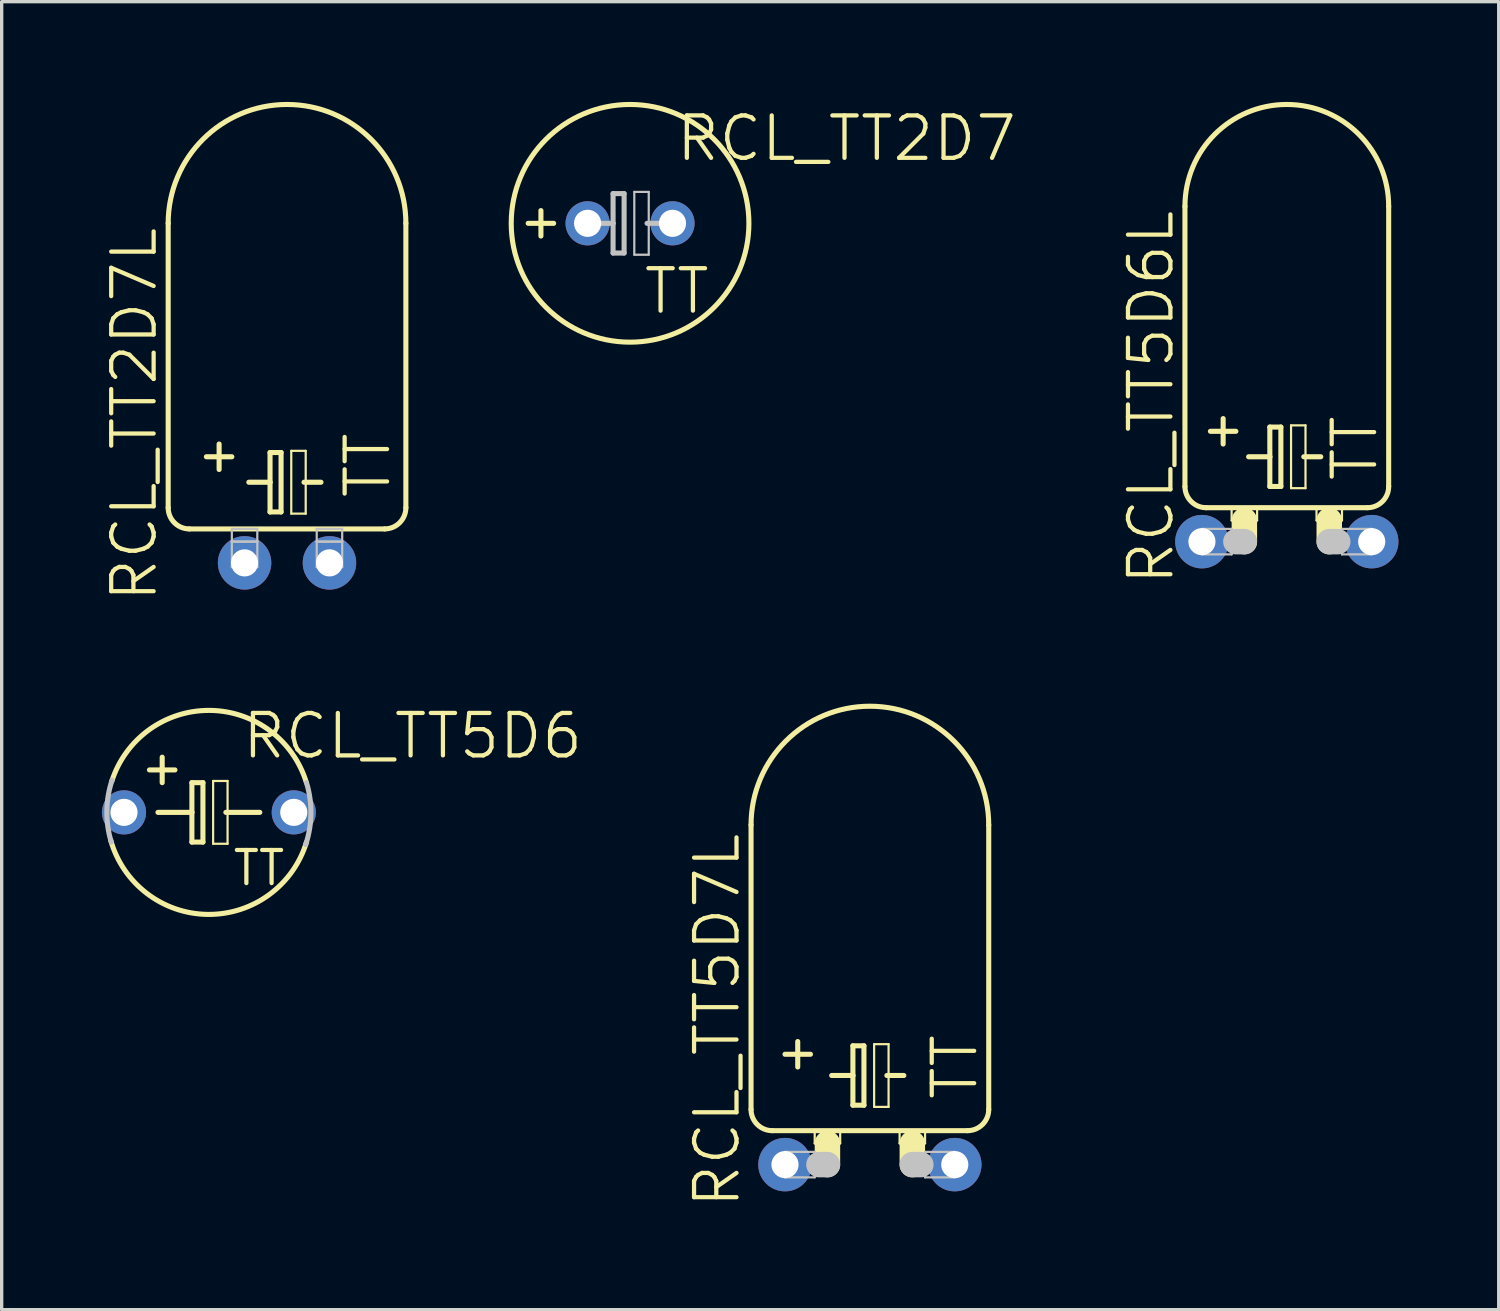
<source format=kicad_pcb>
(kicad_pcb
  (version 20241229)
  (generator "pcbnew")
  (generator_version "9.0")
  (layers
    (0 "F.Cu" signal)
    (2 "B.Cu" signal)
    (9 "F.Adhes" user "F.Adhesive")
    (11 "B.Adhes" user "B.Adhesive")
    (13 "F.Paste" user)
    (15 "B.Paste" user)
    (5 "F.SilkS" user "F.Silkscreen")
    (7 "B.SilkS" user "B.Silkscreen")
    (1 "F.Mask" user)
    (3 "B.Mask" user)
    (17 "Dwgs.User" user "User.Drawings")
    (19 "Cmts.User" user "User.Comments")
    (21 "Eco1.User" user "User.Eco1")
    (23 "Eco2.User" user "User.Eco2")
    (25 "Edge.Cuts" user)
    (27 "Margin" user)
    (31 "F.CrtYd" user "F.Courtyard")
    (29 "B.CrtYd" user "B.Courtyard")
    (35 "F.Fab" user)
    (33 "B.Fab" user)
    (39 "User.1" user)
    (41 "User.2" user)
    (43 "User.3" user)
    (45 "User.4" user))
  (footprint "RCL_TT2D7L"
    (layer "F.Cu")
    (at 5.538 13.792)
    (property "Reference" "RCL_TT2D7L" (at -4.572 -4.445 90) (layer "F.SilkS") (effects (font (size 1.27 1.27) (thickness 0.127))))
    (attr exclude_from_pos_files exclude_from_bom)
    (fp_line (start -3.556 -10.16) (end -3.556 -1.651) (stroke (width 0.152) (type solid)) (layer "F.SilkS"))
    (fp_line (start -2.921 -1.016) (end 2.921 -1.016) (stroke (width 0.152) (type solid)) (layer "F.SilkS"))
    (fp_line (start -2.413 -3.175) (end -1.651 -3.175) (stroke (width 0.152) (type solid)) (layer "F.SilkS"))
    (fp_line (start -2.032 -2.794) (end -2.032 -3.556) (stroke (width 0.152) (type solid)) (layer "F.SilkS"))
    (fp_line (start -1.143 -2.413) (end -0.508 -2.413) (stroke (width 0.152) (type solid)) (layer "F.SilkS"))
    (fp_line (start -0.508 -3.302) (end -0.508 -2.413) (stroke (width 0.152) (type solid)) (layer "F.SilkS"))
    (fp_line (start -0.508 -2.413) (end -0.508 -1.524) (stroke (width 0.152) (type solid)) (layer "F.SilkS"))
    (fp_line (start -0.508 -1.524) (end -0.178 -1.524) (stroke (width 0.152) (type solid)) (layer "F.SilkS"))
    (fp_line (start -0.178 -3.302) (end -0.508 -3.302) (stroke (width 0.152) (type solid)) (layer "F.SilkS"))
    (fp_line (start -0.178 -1.524) (end -0.178 -3.302) (stroke (width 0.152) (type solid)) (layer "F.SilkS"))
    (fp_line (start 0.127 -3.353) (end 0.559 -3.353) (stroke (width 0.066) (type solid)) (layer "F.SilkS"))
    (fp_line (start 0.127 -1.473) (end 0.127 -3.353) (stroke (width 0.066) (type solid)) (layer "F.SilkS"))
    (fp_line (start 0.127 -1.473) (end 0.559 -1.473) (stroke (width 0.066) (type solid)) (layer "F.SilkS"))
    (fp_line (start 0.508 -2.413) (end 1.016 -2.413) (stroke (width 0.152) (type solid)) (layer "F.SilkS"))
    (fp_line (start 0.559 -1.473) (end 0.559 -3.353) (stroke (width 0.066) (type solid)) (layer "F.SilkS"))
    (fp_line (start 3.556 -10.16) (end 3.556 -1.651) (stroke (width 0.152) (type solid)) (layer "F.SilkS"))
    (fp_arc (start -3.556 -10.16) (mid 0 -13.716) (end 3.556 -10.16) (stroke (width 0.1524) (type solid)) (layer "F.SilkS"))
    (fp_arc (start -2.921 -1.016) (mid -3.370013 -1.201987) (end -3.556 -1.651) (stroke (width 0.1524) (type solid)) (layer "F.SilkS"))
    (fp_arc (start 3.556 -1.651) (mid 3.370013 -1.201987) (end 2.921 -1.016) (stroke (width 0.1524) (type solid)) (layer "F.SilkS"))
    (fp_line (start -1.651 -1.016) (end -0.889 -1.016) (stroke (width 0.066) (type solid)) (layer "Dwgs.User"))
    (fp_line (start -1.651 -0.635) (end -1.651 -1.016) (stroke (width 0.066) (type solid)) (layer "Dwgs.User"))
    (fp_line (start -1.651 -0.635) (end -0.889 -0.635) (stroke (width 0.066) (type solid)) (layer "Dwgs.User"))
    (fp_line (start -1.651 -0.635) (end -0.889 -0.635) (stroke (width 0.066) (type solid)) (layer "Dwgs.User"))
    (fp_line (start -1.651 0.127) (end -1.651 -0.635) (stroke (width 0.066) (type solid)) (layer "Dwgs.User"))
    (fp_line (start -1.651 0.127) (end -0.889 0.127) (stroke (width 0.066) (type solid)) (layer "Dwgs.User"))
    (fp_line (start -0.889 -0.635) (end -0.889 -1.016) (stroke (width 0.066) (type solid)) (layer "Dwgs.User"))
    (fp_line (start -0.889 0.127) (end -0.889 -0.635) (stroke (width 0.066) (type solid)) (layer "Dwgs.User"))
    (fp_line (start 0.889 -1.016) (end 1.651 -1.016) (stroke (width 0.066) (type solid)) (layer "Dwgs.User"))
    (fp_line (start 0.889 -0.635) (end 0.889 -1.016) (stroke (width 0.066) (type solid)) (layer "Dwgs.User"))
    (fp_line (start 0.889 -0.635) (end 1.651 -0.635) (stroke (width 0.066) (type solid)) (layer "Dwgs.User"))
    (fp_line (start 0.889 -0.635) (end 1.651 -0.635) (stroke (width 0.066) (type solid)) (layer "Dwgs.User"))
    (fp_line (start 0.889 0.127) (end 0.889 -0.635) (stroke (width 0.066) (type solid)) (layer "Dwgs.User"))
    (fp_line (start 0.889 0.127) (end 1.651 0.127) (stroke (width 0.066) (type solid)) (layer "Dwgs.User"))
    (fp_line (start 1.651 -0.635) (end 1.651 -1.016) (stroke (width 0.066) (type solid)) (layer "Dwgs.User"))
    (fp_line (start 1.651 0.127) (end 1.651 -0.635) (stroke (width 0.066) (type solid)) (layer "Dwgs.User"))
    (fp_text user "TT" (at 2.413 -2.921 90) (layer "F.SilkS") (effects (font (size 1.27 1.27) (thickness 0.127))))
    (pad "+" thru_hole circle (at -1.27 0) (size 1.6 1.6) (drill 0.813) (layers "*.Cu" "*.Paste" "*.Mask"))
    (pad "-" thru_hole circle (at 1.27 0) (size 1.6 1.6) (drill 0.813) (layers "*.Cu" "*.Paste" "*.Mask")))
  (footprint "RCL_TT5D6L"
    (layer "F.Cu")
    (at 35.453 13.157)
    (property "Reference" "RCL_TT5D6L" (at -4.064 -4.318 90) (layer "F.SilkS") (effects (font (size 1.27 1.27) (thickness 0.127))))
    (attr exclude_from_pos_files exclude_from_bom)
    (fp_line (start -3.048 -10.033) (end -3.048 -1.651) (stroke (width 0.152) (type solid)) (layer "F.SilkS"))
    (fp_line (start -2.413 -1.016) (end 2.413 -1.016) (stroke (width 0.152) (type solid)) (layer "F.SilkS"))
    (fp_line (start -2.286 -3.302) (end -1.524 -3.302) (stroke (width 0.152) (type solid)) (layer "F.SilkS"))
    (fp_line (start -1.905 -2.921) (end -1.905 -3.683) (stroke (width 0.152) (type solid)) (layer "F.SilkS"))
    (fp_line (start -1.651 -1.016) (end -0.889 -1.016) (stroke (width 0.066) (type solid)) (layer "F.SilkS"))
    (fp_line (start -1.651 -0.635) (end -1.651 -1.016) (stroke (width 0.066) (type solid)) (layer "F.SilkS"))
    (fp_line (start -1.651 -0.635) (end -0.889 -0.635) (stroke (width 0.066) (type solid)) (layer "F.SilkS"))
    (fp_line (start -1.27 -0.635) (end -1.27 0) (stroke (width 0.762) (type solid)) (layer "F.SilkS"))
    (fp_line (start -1.143 -2.54) (end -0.508 -2.54) (stroke (width 0.152) (type solid)) (layer "F.SilkS"))
    (fp_line (start -0.889 -0.635) (end -0.889 -1.016) (stroke (width 0.066) (type solid)) (layer "F.SilkS"))
    (fp_line (start -0.508 -3.429) (end -0.508 -2.54) (stroke (width 0.152) (type solid)) (layer "F.SilkS"))
    (fp_line (start -0.508 -2.54) (end -0.508 -1.651) (stroke (width 0.152) (type solid)) (layer "F.SilkS"))
    (fp_line (start -0.508 -1.651) (end -0.178 -1.651) (stroke (width 0.152) (type solid)) (layer "F.SilkS"))
    (fp_line (start -0.178 -3.429) (end -0.508 -3.429) (stroke (width 0.152) (type solid)) (layer "F.SilkS"))
    (fp_line (start -0.178 -1.651) (end -0.178 -3.429) (stroke (width 0.152) (type solid)) (layer "F.SilkS"))
    (fp_line (start 0.127 -3.48) (end 0.559 -3.48) (stroke (width 0.066) (type solid)) (layer "F.SilkS"))
    (fp_line (start 0.127 -1.6) (end 0.127 -3.48) (stroke (width 0.066) (type solid)) (layer "F.SilkS"))
    (fp_line (start 0.127 -1.6) (end 0.559 -1.6) (stroke (width 0.066) (type solid)) (layer "F.SilkS"))
    (fp_line (start 0.508 -2.54) (end 1.016 -2.54) (stroke (width 0.152) (type solid)) (layer "F.SilkS"))
    (fp_line (start 0.559 -1.6) (end 0.559 -3.48) (stroke (width 0.066) (type solid)) (layer "F.SilkS"))
    (fp_line (start 0.889 -1.016) (end 1.651 -1.016) (stroke (width 0.066) (type solid)) (layer "F.SilkS"))
    (fp_line (start 0.889 -0.635) (end 0.889 -1.016) (stroke (width 0.066) (type solid)) (layer "F.SilkS"))
    (fp_line (start 0.889 -0.635) (end 1.651 -0.635) (stroke (width 0.066) (type solid)) (layer "F.SilkS"))
    (fp_line (start 1.27 -0.635) (end 1.27 0) (stroke (width 0.762) (type solid)) (layer "F.SilkS"))
    (fp_line (start 1.651 -0.635) (end 1.651 -1.016) (stroke (width 0.066) (type solid)) (layer "F.SilkS"))
    (fp_line (start 3.048 -10.033) (end 3.048 -1.651) (stroke (width 0.152) (type solid)) (layer "F.SilkS"))
    (fp_arc (start -3.048 -10.033) (mid 0 -13.081) (end 3.048 -10.033) (stroke (width 0.1524) (type solid)) (layer "F.SilkS"))
    (fp_arc (start -2.413 -1.016) (mid -2.862013 -1.201987) (end -3.048 -1.651) (stroke (width 0.1524) (type solid)) (layer "F.SilkS"))
    (fp_arc (start 3.048 -1.651) (mid 2.862013 -1.201987) (end 2.413 -1.016) (stroke (width 0.1524) (type solid)) (layer "F.SilkS"))
    (fp_line (start -2.54 -0.381) (end -1.651 -0.381) (stroke (width 0.066) (type solid)) (layer "Dwgs.User"))
    (fp_line (start -2.54 0.381) (end -2.54 -0.381) (stroke (width 0.066) (type solid)) (layer "Dwgs.User"))
    (fp_line (start -2.54 0.381) (end -1.651 0.381) (stroke (width 0.066) (type solid)) (layer "Dwgs.User"))
    (fp_line (start -1.651 0.381) (end -1.651 -0.381) (stroke (width 0.066) (type solid)) (layer "Dwgs.User"))
    (fp_line (start -1.524 0) (end -1.27 0) (stroke (width 0.762) (type solid)) (layer "Dwgs.User"))
    (fp_line (start 1.524 0) (end 1.27 0) (stroke (width 0.762) (type solid)) (layer "Dwgs.User"))
    (fp_line (start 1.651 -0.381) (end 2.54 -0.381) (stroke (width 0.066) (type solid)) (layer "Dwgs.User"))
    (fp_line (start 1.651 0.381) (end 1.651 -0.381) (stroke (width 0.066) (type solid)) (layer "Dwgs.User"))
    (fp_line (start 1.651 0.381) (end 2.54 0.381) (stroke (width 0.066) (type solid)) (layer "Dwgs.User"))
    (fp_line (start 2.54 0.381) (end 2.54 -0.381) (stroke (width 0.066) (type solid)) (layer "Dwgs.User"))
    (fp_text user "TT" (at 2.032 -2.794 90) (layer "F.SilkS") (effects (font (size 1.27 1.27) (thickness 0.127))))
    (pad "+" thru_hole circle (at -2.54 0) (size 1.6 1.6) (drill 0.813) (layers "*.Cu" "*.Paste" "*.Mask"))
    (pad "-" thru_hole circle (at 2.54 0) (size 1.6 1.6) (drill 0.813) (layers "*.Cu" "*.Paste" "*.Mask")))
  (footprint "RCL_TT2D7"
    (layer "F.Cu")
    (at 15.802 3.632)
    (property "Reference" "RCL_TT2D7" (at 6.477 -2.54 0) (layer "F.SilkS") (effects (font (size 1.27 1.27) (thickness 0.127))))
    (attr exclude_from_pos_files exclude_from_bom)
    (fp_line (start -2.667 0.381) (end -2.667 -0.381) (stroke (width 0.152) (type solid)) (layer "F.SilkS"))
    (fp_line (start -2.286 0) (end -3.048 0) (stroke (width 0.152) (type solid)) (layer "F.SilkS"))
    (fp_circle (center 0 0) (end 0 -3.556) (stroke (width 0.152) (type solid)) (fill no) (layer "F.SilkS"))
    (fp_line (start -1.016 0) (end -0.508 0) (stroke (width 0.152) (type solid)) (layer "Dwgs.User"))
    (fp_line (start -0.508 -0.889) (end -0.508 0) (stroke (width 0.152) (type solid)) (layer "Dwgs.User"))
    (fp_line (start -0.508 0) (end -0.508 0.889) (stroke (width 0.152) (type solid)) (layer "Dwgs.User"))
    (fp_line (start -0.508 0.889) (end -0.178 0.889) (stroke (width 0.152) (type solid)) (layer "Dwgs.User"))
    (fp_line (start -0.178 -0.889) (end -0.508 -0.889) (stroke (width 0.152) (type solid)) (layer "Dwgs.User"))
    (fp_line (start -0.178 0.889) (end -0.178 -0.889) (stroke (width 0.152) (type solid)) (layer "Dwgs.User"))
    (fp_line (start 0.127 -0.94) (end 0.559 -0.94) (stroke (width 0.066) (type solid)) (layer "Dwgs.User"))
    (fp_line (start 0.127 0.94) (end 0.127 -0.94) (stroke (width 0.066) (type solid)) (layer "Dwgs.User"))
    (fp_line (start 0.127 0.94) (end 0.559 0.94) (stroke (width 0.066) (type solid)) (layer "Dwgs.User"))
    (fp_line (start 0.508 0) (end 1.016 0) (stroke (width 0.152) (type solid)) (layer "Dwgs.User"))
    (fp_line (start 0.559 0.94) (end 0.559 -0.94) (stroke (width 0.066) (type solid)) (layer "Dwgs.User"))
    (fp_text user "TT" (at 1.397 2.032 0) (layer "F.SilkS") (effects (font (size 1.27 1.27) (thickness 0.127))))
    (pad "+" thru_hole circle (at -1.27 0) (size 1.321 1.321) (drill 0.813) (layers "*.Cu" "*.Paste" "*.Mask"))
    (pad "-" thru_hole circle (at 1.27 0) (size 1.321 1.321) (drill 0.813) (layers "*.Cu" "*.Paste" "*.Mask")))
  (footprint "RCL_TT5D6"
    (layer "F.Cu")
    (at 3.2 21.257)
    (property "Reference" "RCL_TT5D6" (at 6.096 -2.286 0) (layer "F.SilkS") (effects (font (size 1.27 1.27) (thickness 0.127))))
    (attr exclude_from_pos_files exclude_from_bom)
    (fp_line (start -1.778 -1.27) (end -1.016 -1.27) (stroke (width 0.152) (type solid)) (layer "F.SilkS"))
    (fp_line (start -1.524 0) (end -0.508 0) (stroke (width 0.152) (type solid)) (layer "F.SilkS"))
    (fp_line (start -1.397 -1.651) (end -1.397 -0.889) (stroke (width 0.152) (type solid)) (layer "F.SilkS"))
    (fp_line (start -0.508 -0.889) (end -0.508 0) (stroke (width 0.152) (type solid)) (layer "F.SilkS"))
    (fp_line (start -0.508 0) (end -0.508 0.889) (stroke (width 0.152) (type solid)) (layer "F.SilkS"))
    (fp_line (start -0.508 0.889) (end -0.178 0.889) (stroke (width 0.152) (type solid)) (layer "F.SilkS"))
    (fp_line (start -0.178 -0.889) (end -0.508 -0.889) (stroke (width 0.152) (type solid)) (layer "F.SilkS"))
    (fp_line (start -0.178 0.889) (end -0.178 -0.889) (stroke (width 0.152) (type solid)) (layer "F.SilkS"))
    (fp_line (start 0.127 -0.94) (end 0.559 -0.94) (stroke (width 0.066) (type solid)) (layer "F.SilkS"))
    (fp_line (start 0.127 0.94) (end 0.127 -0.94) (stroke (width 0.066) (type solid)) (layer "F.SilkS"))
    (fp_line (start 0.127 0.94) (end 0.559 0.94) (stroke (width 0.066) (type solid)) (layer "F.SilkS"))
    (fp_line (start 0.508 0) (end 1.524 0) (stroke (width 0.152) (type solid)) (layer "F.SilkS"))
    (fp_line (start 0.559 0.94) (end 0.559 -0.94) (stroke (width 0.066) (type solid)) (layer "F.SilkS"))
    (fp_arc (start -2.90576 -0.92964) (mid 0.020821 -3.050777) (end 2.918178 -0.889892) (stroke (width 0.1524) (type solid)) (layer "F.SilkS"))
    (fp_arc (start 2.921 0.889) (mid -0.03344 3.053104) (end -2.939771 0.824809) (stroke (width 0.1524) (type solid)) (layer "F.SilkS"))
    (fp_arc (start -2.921 0.889) (mid -3.053044 -0.0385) (end -2.897653 -0.962376) (stroke (width 0.1524) (type solid)) (layer "Dwgs.User"))
    (fp_arc (start 2.921 -0.889) (mid 3.053044 0.0385) (end 2.897653 0.962376) (stroke (width 0.1524) (type solid)) (layer "Dwgs.User"))
    (fp_text user "TT" (at 1.499 1.664 0) (layer "F.SilkS") (effects (font (size 0.991 0.991) (thickness 0.127))))
    (pad "+" thru_hole circle (at -2.54 0) (size 1.321 1.321) (drill 0.813) (layers "*.Cu" "*.Paste" "*.Mask"))
    (pad "-" thru_hole circle (at 2.54 0) (size 1.321 1.321) (drill 0.813) (layers "*.Cu" "*.Paste" "*.Mask")))
  (footprint "RCL_TT5D7L"
    (layer "F.Cu")
    (at 22.978 31.797)
    (property "Reference" "RCL_TT5D7L" (at -4.572 -4.318 90) (layer "F.SilkS") (effects (font (size 1.27 1.27) (thickness 0.127))))
    (attr exclude_from_pos_files exclude_from_bom)
    (fp_line (start -3.556 -10.16) (end -3.556 -1.651) (stroke (width 0.152) (type solid)) (layer "F.SilkS"))
    (fp_line (start -2.921 -1.016) (end 2.921 -1.016) (stroke (width 0.152) (type solid)) (layer "F.SilkS"))
    (fp_line (start -2.54 -3.302) (end -1.778 -3.302) (stroke (width 0.152) (type solid)) (layer "F.SilkS"))
    (fp_line (start -2.159 -3.683) (end -2.159 -2.921) (stroke (width 0.152) (type solid)) (layer "F.SilkS"))
    (fp_line (start -1.651 -1.016) (end -0.889 -1.016) (stroke (width 0.066) (type solid)) (layer "F.SilkS"))
    (fp_line (start -1.651 -0.635) (end -1.651 -1.016) (stroke (width 0.066) (type solid)) (layer "F.SilkS"))
    (fp_line (start -1.651 -0.635) (end -0.889 -0.635) (stroke (width 0.066) (type solid)) (layer "F.SilkS"))
    (fp_line (start -1.27 -0.635) (end -1.27 0) (stroke (width 0.762) (type solid)) (layer "F.SilkS"))
    (fp_line (start -1.143 -2.667) (end -0.508 -2.667) (stroke (width 0.152) (type solid)) (layer "F.SilkS"))
    (fp_line (start -0.889 -0.635) (end -0.889 -1.016) (stroke (width 0.066) (type solid)) (layer "F.SilkS"))
    (fp_line (start -0.508 -3.556) (end -0.508 -2.667) (stroke (width 0.152) (type solid)) (layer "F.SilkS"))
    (fp_line (start -0.508 -2.667) (end -0.508 -1.778) (stroke (width 0.152) (type solid)) (layer "F.SilkS"))
    (fp_line (start -0.508 -1.778) (end -0.178 -1.778) (stroke (width 0.152) (type solid)) (layer "F.SilkS"))
    (fp_line (start -0.178 -3.556) (end -0.508 -3.556) (stroke (width 0.152) (type solid)) (layer "F.SilkS"))
    (fp_line (start -0.178 -1.778) (end -0.178 -3.556) (stroke (width 0.152) (type solid)) (layer "F.SilkS"))
    (fp_line (start 0.127 -3.604) (end 0.559 -3.604) (stroke (width 0.066) (type solid)) (layer "F.SilkS"))
    (fp_line (start 0.127 -1.727) (end 0.127 -3.604) (stroke (width 0.066) (type solid)) (layer "F.SilkS"))
    (fp_line (start 0.127 -1.727) (end 0.559 -1.727) (stroke (width 0.066) (type solid)) (layer "F.SilkS"))
    (fp_line (start 0.508 -2.667) (end 1.016 -2.667) (stroke (width 0.152) (type solid)) (layer "F.SilkS"))
    (fp_line (start 0.559 -1.727) (end 0.559 -3.604) (stroke (width 0.066) (type solid)) (layer "F.SilkS"))
    (fp_line (start 0.889 -1.016) (end 1.651 -1.016) (stroke (width 0.066) (type solid)) (layer "F.SilkS"))
    (fp_line (start 0.889 -0.635) (end 0.889 -1.016) (stroke (width 0.066) (type solid)) (layer "F.SilkS"))
    (fp_line (start 0.889 -0.635) (end 1.651 -0.635) (stroke (width 0.066) (type solid)) (layer "F.SilkS"))
    (fp_line (start 1.27 -0.635) (end 1.27 0) (stroke (width 0.762) (type solid)) (layer "F.SilkS"))
    (fp_line (start 1.651 -0.635) (end 1.651 -1.016) (stroke (width 0.066) (type solid)) (layer "F.SilkS"))
    (fp_line (start 3.556 -10.16) (end 3.556 -1.651) (stroke (width 0.152) (type solid)) (layer "F.SilkS"))
    (fp_arc (start -3.556 -10.16) (mid 0 -13.716) (end 3.556 -10.16) (stroke (width 0.1524) (type solid)) (layer "F.SilkS"))
    (fp_arc (start -2.921 -1.016) (mid -3.370013 -1.201987) (end -3.556 -1.651) (stroke (width 0.1524) (type solid)) (layer "F.SilkS"))
    (fp_arc (start 3.556 -1.651) (mid 3.370013 -1.201987) (end 2.921 -1.016) (stroke (width 0.1524) (type solid)) (layer "F.SilkS"))
    (fp_line (start -2.54 -0.381) (end -1.651 -0.381) (stroke (width 0.066) (type solid)) (layer "Dwgs.User"))
    (fp_line (start -2.54 0.381) (end -2.54 -0.381) (stroke (width 0.066) (type solid)) (layer "Dwgs.User"))
    (fp_line (start -2.54 0.381) (end -1.651 0.381) (stroke (width 0.066) (type solid)) (layer "Dwgs.User"))
    (fp_line (start -1.651 0.381) (end -1.651 -0.381) (stroke (width 0.066) (type solid)) (layer "Dwgs.User"))
    (fp_line (start -1.524 0) (end -1.27 0) (stroke (width 0.762) (type solid)) (layer "Dwgs.User"))
    (fp_line (start 1.524 0) (end 1.27 0) (stroke (width 0.762) (type solid)) (layer "Dwgs.User"))
    (fp_line (start 1.651 -0.381) (end 2.54 -0.381) (stroke (width 0.066) (type solid)) (layer "Dwgs.User"))
    (fp_line (start 1.651 0.381) (end 1.651 -0.381) (stroke (width 0.066) (type solid)) (layer "Dwgs.User"))
    (fp_line (start 1.651 0.381) (end 2.54 0.381) (stroke (width 0.066) (type solid)) (layer "Dwgs.User"))
    (fp_line (start 2.54 0.381) (end 2.54 -0.381) (stroke (width 0.066) (type solid)) (layer "Dwgs.User"))
    (fp_text user "TT" (at 2.54 -2.921 90) (layer "F.SilkS") (effects (font (size 1.27 1.27) (thickness 0.127))))
    (pad "+" thru_hole circle (at -2.54 0) (size 1.6 1.6) (drill 0.813) (layers "*.Cu" "*.Paste" "*.Mask"))
    (pad "-" thru_hole circle (at 2.54 0) (size 1.6 1.6) (drill 0.813) (layers "*.Cu" "*.Paste" "*.Mask")))
  (gr_rect
    (start -3 -3)
    (end 41.793 36.136)
    (stroke (width 0.1) (type default))
    (fill no)
    (layer "Edge.Cuts")))
</source>
